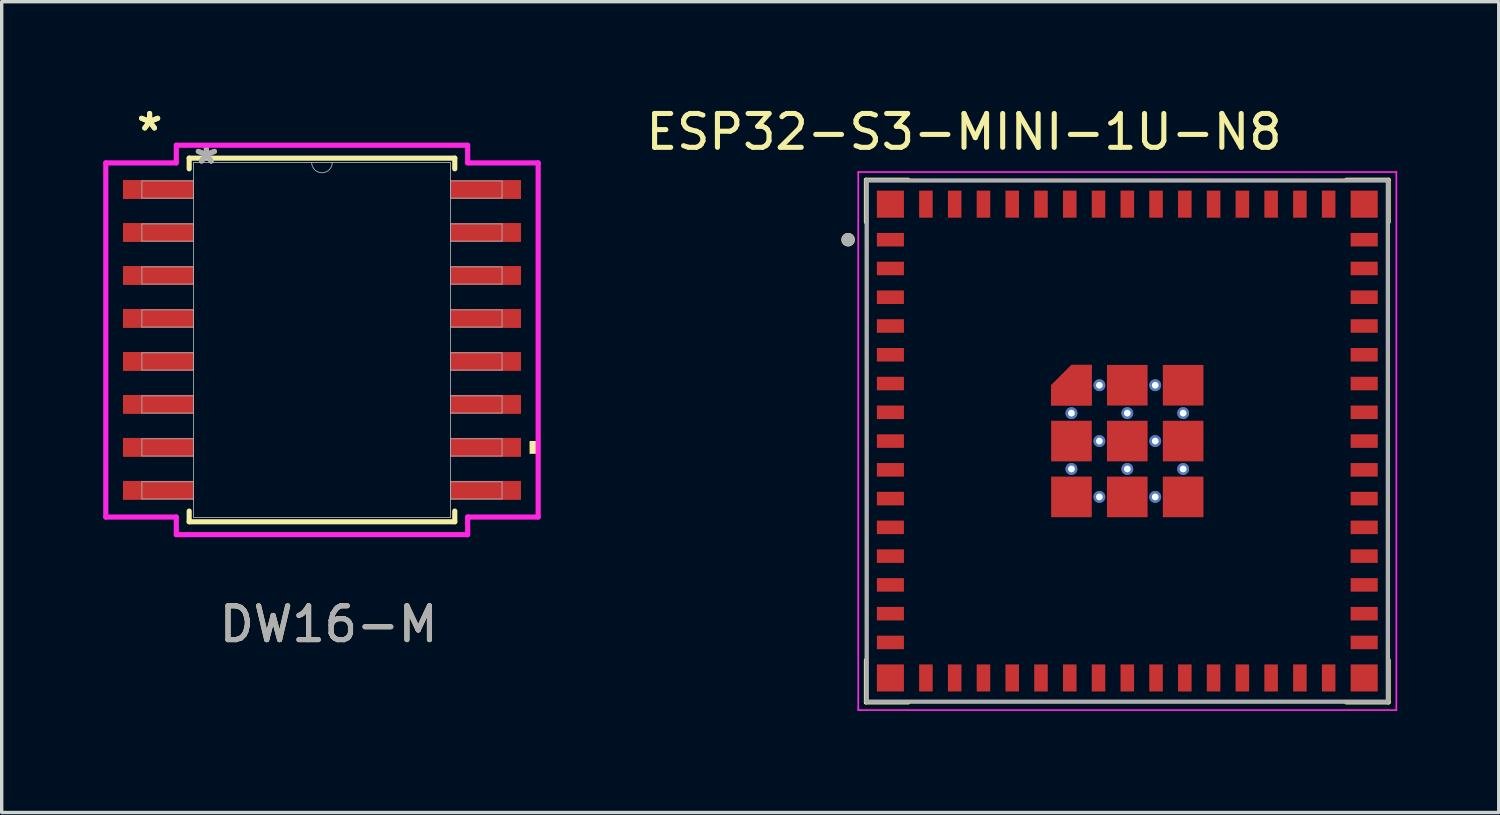
<source format=kicad_pcb>
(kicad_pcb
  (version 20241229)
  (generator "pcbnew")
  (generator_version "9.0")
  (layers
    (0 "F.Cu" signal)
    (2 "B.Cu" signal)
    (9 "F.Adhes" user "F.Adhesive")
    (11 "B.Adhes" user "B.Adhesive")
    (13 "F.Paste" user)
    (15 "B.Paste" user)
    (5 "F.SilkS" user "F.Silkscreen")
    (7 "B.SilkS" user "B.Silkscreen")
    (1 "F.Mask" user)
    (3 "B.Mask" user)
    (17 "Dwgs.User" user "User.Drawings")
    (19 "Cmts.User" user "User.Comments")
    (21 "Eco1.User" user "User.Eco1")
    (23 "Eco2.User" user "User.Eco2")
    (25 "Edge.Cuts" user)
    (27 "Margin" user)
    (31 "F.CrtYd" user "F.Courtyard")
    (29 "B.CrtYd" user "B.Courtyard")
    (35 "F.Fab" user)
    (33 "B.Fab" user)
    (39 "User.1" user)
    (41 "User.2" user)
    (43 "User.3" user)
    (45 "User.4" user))
  (footprint "DW16-M"
    (layer "F.Cu")
    (at 6.464 6.995)
    (property "Reference" "DW16-M" (at 0.2 8.4 0) (unlocked yes) (layer "F.SilkS") (effects (font (size 1 1) (thickness 0.15))))
    (attr smd)
    (fp_line (start -3.924 -5.372) (end -3.924 -5.057) (stroke (width 0.152) (type solid)) (layer "F.SilkS"))
    (fp_line (start -3.924 5.057) (end -3.924 5.372) (stroke (width 0.152) (type solid)) (layer "F.SilkS"))
    (fp_line (start -3.924 5.372) (end 3.924 5.372) (stroke (width 0.152) (type solid)) (layer "F.SilkS"))
    (fp_line (start 3.924 -5.372) (end -3.924 -5.372) (stroke (width 0.152) (type solid)) (layer "F.SilkS"))
    (fp_line (start 3.924 -5.057) (end 3.924 -5.372) (stroke (width 0.152) (type solid)) (layer "F.SilkS"))
    (fp_line (start 3.924 5.372) (end 3.924 5.057) (stroke (width 0.152) (type solid)) (layer "F.SilkS"))
    (fp_poly (pts (xy 6.388 2.985) (xy 6.388 3.365) (xy 6.134 3.365) (xy 6.134 2.985)) (stroke (width 0) (type solid)) (fill yes) (layer "F.SilkS"))
    (fp_line (start -6.388 -5.232) (end -4.305 -5.232) (stroke (width 0.152) (type solid)) (layer "F.CrtYd"))
    (fp_line (start -6.388 5.232) (end -6.388 -5.232) (stroke (width 0.152) (type solid)) (layer "F.CrtYd"))
    (fp_line (start -6.388 5.232) (end -4.305 5.232) (stroke (width 0.152) (type solid)) (layer "F.CrtYd"))
    (fp_line (start -4.305 -5.753) (end 4.305 -5.753) (stroke (width 0.152) (type solid)) (layer "F.CrtYd"))
    (fp_line (start -4.305 -5.232) (end -4.305 -5.753) (stroke (width 0.152) (type solid)) (layer "F.CrtYd"))
    (fp_line (start -4.305 5.753) (end -4.305 5.232) (stroke (width 0.152) (type solid)) (layer "F.CrtYd"))
    (fp_line (start 4.305 -5.753) (end 4.305 -5.232) (stroke (width 0.152) (type solid)) (layer "F.CrtYd"))
    (fp_line (start 4.305 5.232) (end 4.305 5.753) (stroke (width 0.152) (type solid)) (layer "F.CrtYd"))
    (fp_line (start 4.305 5.753) (end -4.305 5.753) (stroke (width 0.152) (type solid)) (layer "F.CrtYd"))
    (fp_line (start 6.388 -5.232) (end 4.305 -5.232) (stroke (width 0.152) (type solid)) (layer "F.CrtYd"))
    (fp_line (start 6.388 -5.232) (end 6.388 5.232) (stroke (width 0.152) (type solid)) (layer "F.CrtYd"))
    (fp_line (start 6.388 5.232) (end 4.305 5.232) (stroke (width 0.152) (type solid)) (layer "F.CrtYd"))
    (fp_line (start -5.321 -4.699) (end -5.321 -4.191) (stroke (width 0.025) (type solid)) (layer "F.Fab"))
    (fp_line (start -5.321 -4.191) (end -3.797 -4.191) (stroke (width 0.025) (type solid)) (layer "F.Fab"))
    (fp_line (start -5.321 -3.429) (end -5.321 -2.921) (stroke (width 0.025) (type solid)) (layer "F.Fab"))
    (fp_line (start -5.321 -2.921) (end -3.797 -2.921) (stroke (width 0.025) (type solid)) (layer "F.Fab"))
    (fp_line (start -5.321 -2.159) (end -5.321 -1.651) (stroke (width 0.025) (type solid)) (layer "F.Fab"))
    (fp_line (start -5.321 -1.651) (end -3.797 -1.651) (stroke (width 0.025) (type solid)) (layer "F.Fab"))
    (fp_line (start -5.321 -0.889) (end -5.321 -0.381) (stroke (width 0.025) (type solid)) (layer "F.Fab"))
    (fp_line (start -5.321 -0.381) (end -3.797 -0.381) (stroke (width 0.025) (type solid)) (layer "F.Fab"))
    (fp_line (start -5.321 0.381) (end -5.321 0.889) (stroke (width 0.025) (type solid)) (layer "F.Fab"))
    (fp_line (start -5.321 0.889) (end -3.797 0.889) (stroke (width 0.025) (type solid)) (layer "F.Fab"))
    (fp_line (start -5.321 1.651) (end -5.321 2.159) (stroke (width 0.025) (type solid)) (layer "F.Fab"))
    (fp_line (start -5.321 2.159) (end -3.797 2.159) (stroke (width 0.025) (type solid)) (layer "F.Fab"))
    (fp_line (start -5.321 2.921) (end -5.321 3.429) (stroke (width 0.025) (type solid)) (layer "F.Fab"))
    (fp_line (start -5.321 3.429) (end -3.797 3.429) (stroke (width 0.025) (type solid)) (layer "F.Fab"))
    (fp_line (start -5.321 4.191) (end -5.321 4.699) (stroke (width 0.025) (type solid)) (layer "F.Fab"))
    (fp_line (start -5.321 4.699) (end -3.797 4.699) (stroke (width 0.025) (type solid)) (layer "F.Fab"))
    (fp_line (start -3.797 -5.245) (end -3.797 5.245) (stroke (width 0.025) (type solid)) (layer "F.Fab"))
    (fp_line (start -3.797 -4.699) (end -5.321 -4.699) (stroke (width 0.025) (type solid)) (layer "F.Fab"))
    (fp_line (start -3.797 -4.191) (end -3.797 -4.699) (stroke (width 0.025) (type solid)) (layer "F.Fab"))
    (fp_line (start -3.797 -3.429) (end -5.321 -3.429) (stroke (width 0.025) (type solid)) (layer "F.Fab"))
    (fp_line (start -3.797 -2.921) (end -3.797 -3.429) (stroke (width 0.025) (type solid)) (layer "F.Fab"))
    (fp_line (start -3.797 -2.159) (end -5.321 -2.159) (stroke (width 0.025) (type solid)) (layer "F.Fab"))
    (fp_line (start -3.797 -1.651) (end -3.797 -2.159) (stroke (width 0.025) (type solid)) (layer "F.Fab"))
    (fp_line (start -3.797 -0.889) (end -5.321 -0.889) (stroke (width 0.025) (type solid)) (layer "F.Fab"))
    (fp_line (start -3.797 -0.381) (end -3.797 -0.889) (stroke (width 0.025) (type solid)) (layer "F.Fab"))
    (fp_line (start -3.797 0.381) (end -5.321 0.381) (stroke (width 0.025) (type solid)) (layer "F.Fab"))
    (fp_line (start -3.797 0.889) (end -3.797 0.381) (stroke (width 0.025) (type solid)) (layer "F.Fab"))
    (fp_line (start -3.797 1.651) (end -5.321 1.651) (stroke (width 0.025) (type solid)) (layer "F.Fab"))
    (fp_line (start -3.797 2.159) (end -3.797 1.651) (stroke (width 0.025) (type solid)) (layer "F.Fab"))
    (fp_line (start -3.797 2.921) (end -5.321 2.921) (stroke (width 0.025) (type solid)) (layer "F.Fab"))
    (fp_line (start -3.797 3.429) (end -3.797 2.921) (stroke (width 0.025) (type solid)) (layer "F.Fab"))
    (fp_line (start -3.797 4.191) (end -5.321 4.191) (stroke (width 0.025) (type solid)) (layer "F.Fab"))
    (fp_line (start -3.797 4.699) (end -3.797 4.191) (stroke (width 0.025) (type solid)) (layer "F.Fab"))
    (fp_line (start -3.797 5.245) (end 3.797 5.245) (stroke (width 0.025) (type solid)) (layer "F.Fab"))
    (fp_line (start 3.797 -5.245) (end -3.797 -5.245) (stroke (width 0.025) (type solid)) (layer "F.Fab"))
    (fp_line (start 3.797 -4.699) (end 3.797 -4.191) (stroke (width 0.025) (type solid)) (layer "F.Fab"))
    (fp_line (start 3.797 -4.191) (end 5.321 -4.191) (stroke (width 0.025) (type solid)) (layer "F.Fab"))
    (fp_line (start 3.797 -3.429) (end 3.797 -2.921) (stroke (width 0.025) (type solid)) (layer "F.Fab"))
    (fp_line (start 3.797 -2.921) (end 5.321 -2.921) (stroke (width 0.025) (type solid)) (layer "F.Fab"))
    (fp_line (start 3.797 -2.159) (end 3.797 -1.651) (stroke (width 0.025) (type solid)) (layer "F.Fab"))
    (fp_line (start 3.797 -1.651) (end 5.321 -1.651) (stroke (width 0.025) (type solid)) (layer "F.Fab"))
    (fp_line (start 3.797 -0.889) (end 3.797 -0.381) (stroke (width 0.025) (type solid)) (layer "F.Fab"))
    (fp_line (start 3.797 -0.381) (end 5.321 -0.381) (stroke (width 0.025) (type solid)) (layer "F.Fab"))
    (fp_line (start 3.797 0.381) (end 3.797 0.889) (stroke (width 0.025) (type solid)) (layer "F.Fab"))
    (fp_line (start 3.797 0.889) (end 5.321 0.889) (stroke (width 0.025) (type solid)) (layer "F.Fab"))
    (fp_line (start 3.797 1.651) (end 3.797 2.159) (stroke (width 0.025) (type solid)) (layer "F.Fab"))
    (fp_line (start 3.797 2.159) (end 5.321 2.159) (stroke (width 0.025) (type solid)) (layer "F.Fab"))
    (fp_line (start 3.797 2.921) (end 3.797 3.429) (stroke (width 0.025) (type solid)) (layer "F.Fab"))
    (fp_line (start 3.797 3.429) (end 5.321 3.429) (stroke (width 0.025) (type solid)) (layer "F.Fab"))
    (fp_line (start 3.797 4.191) (end 3.797 4.699) (stroke (width 0.025) (type solid)) (layer "F.Fab"))
    (fp_line (start 3.797 4.699) (end 5.321 4.699) (stroke (width 0.025) (type solid)) (layer "F.Fab"))
    (fp_line (start 3.797 5.245) (end 3.797 -5.245) (stroke (width 0.025) (type solid)) (layer "F.Fab"))
    (fp_line (start 5.321 -4.699) (end 3.797 -4.699) (stroke (width 0.025) (type solid)) (layer "F.Fab"))
    (fp_line (start 5.321 -4.191) (end 5.321 -4.699) (stroke (width 0.025) (type solid)) (layer "F.Fab"))
    (fp_line (start 5.321 -3.429) (end 3.797 -3.429) (stroke (width 0.025) (type solid)) (layer "F.Fab"))
    (fp_line (start 5.321 -2.921) (end 5.321 -3.429) (stroke (width 0.025) (type solid)) (layer "F.Fab"))
    (fp_line (start 5.321 -2.159) (end 3.797 -2.159) (stroke (width 0.025) (type solid)) (layer "F.Fab"))
    (fp_line (start 5.321 -1.651) (end 5.321 -2.159) (stroke (width 0.025) (type solid)) (layer "F.Fab"))
    (fp_line (start 5.321 -0.889) (end 3.797 -0.889) (stroke (width 0.025) (type solid)) (layer "F.Fab"))
    (fp_line (start 5.321 -0.381) (end 5.321 -0.889) (stroke (width 0.025) (type solid)) (layer "F.Fab"))
    (fp_line (start 5.321 0.381) (end 3.797 0.381) (stroke (width 0.025) (type solid)) (layer "F.Fab"))
    (fp_line (start 5.321 0.889) (end 5.321 0.381) (stroke (width 0.025) (type solid)) (layer "F.Fab"))
    (fp_line (start 5.321 1.651) (end 3.797 1.651) (stroke (width 0.025) (type solid)) (layer "F.Fab"))
    (fp_line (start 5.321 2.159) (end 5.321 1.651) (stroke (width 0.025) (type solid)) (layer "F.Fab"))
    (fp_line (start 5.321 2.921) (end 3.797 2.921) (stroke (width 0.025) (type solid)) (layer "F.Fab"))
    (fp_line (start 5.321 3.429) (end 5.321 2.921) (stroke (width 0.025) (type solid)) (layer "F.Fab"))
    (fp_line (start 5.321 4.191) (end 3.797 4.191) (stroke (width 0.025) (type solid)) (layer "F.Fab"))
    (fp_line (start 5.321 4.699) (end 5.321 4.191) (stroke (width 0.025) (type solid)) (layer "F.Fab"))
    (fp_arc (start 0.3048 -5.2451) (mid 0 -4.9403) (end -0.3048 -5.2451) (stroke (width 0.0254) (type solid)) (layer "F.Fab"))
    (fp_text user "*" (at -5.093 -6.147 0) (layer "F.SilkS") (effects (font (size 1 1) (thickness 0.15))))
    (fp_text user "*" (at -5.093 -6.147 0) (unlocked yes) (layer "F.SilkS") (effects (font (size 1 1) (thickness 0.15))))
    (fp_text user "*" (at -3.416 -5.169 0) (unlocked yes) (layer "F.Fab") (effects (font (size 1 1) (thickness 0.15))))
    (fp_text user "*" (at -3.416 -5.169 0) (layer "F.Fab") (effects (font (size 1 1) (thickness 0.15))))
    (fp_text user "${REFERENCE}" (at 0.2 8.4 0) (unlocked yes) (layer "F.Fab") (effects (font (size 1 1) (thickness 0.15))))
    (pad "1" smd rect (at -4.839 -4.445) (size 2.083 0.559) (layers "F.Cu" "F.Mask" "F.Paste"))
    (pad "2" smd rect (at -4.839 -3.175) (size 2.083 0.559) (layers "F.Cu" "F.Mask" "F.Paste"))
    (pad "3" smd rect (at -4.839 -1.905) (size 2.083 0.559) (layers "F.Cu" "F.Mask" "F.Paste"))
    (pad "4" smd rect (at -4.839 -0.635) (size 2.083 0.559) (layers "F.Cu" "F.Mask" "F.Paste"))
    (pad "5" smd rect (at -4.839 0.635) (size 2.083 0.559) (layers "F.Cu" "F.Mask" "F.Paste"))
    (pad "6" smd rect (at -4.839 1.905) (size 2.083 0.559) (layers "F.Cu" "F.Mask" "F.Paste"))
    (pad "7" smd rect (at -4.839 3.175) (size 2.083 0.559) (layers "F.Cu" "F.Mask" "F.Paste"))
    (pad "8" smd rect (at -4.839 4.445) (size 2.083 0.559) (layers "F.Cu" "F.Mask" "F.Paste"))
    (pad "9" smd rect (at 4.839 4.445) (size 2.083 0.559) (layers "F.Cu" "F.Mask" "F.Paste"))
    (pad "10" smd rect (at 4.839 3.175) (size 2.083 0.559) (layers "F.Cu" "F.Mask" "F.Paste"))
    (pad "11" smd rect (at 4.839 1.905) (size 2.083 0.559) (layers "F.Cu" "F.Mask" "F.Paste"))
    (pad "12" smd rect (at 4.839 0.635) (size 2.083 0.559) (layers "F.Cu" "F.Mask" "F.Paste"))
    (pad "13" smd rect (at 4.839 -0.635) (size 2.083 0.559) (layers "F.Cu" "F.Mask" "F.Paste"))
    (pad "14" smd rect (at 4.839 -1.905) (size 2.083 0.559) (layers "F.Cu" "F.Mask" "F.Paste"))
    (pad "15" smd rect (at 4.839 -3.175) (size 2.083 0.559) (layers "F.Cu" "F.Mask" "F.Paste"))
    (pad "16" smd rect (at 4.839 -4.445) (size 2.083 0.559) (layers "F.Cu" "F.Mask" "F.Paste")))
  (footprint "ESP32-S3-MINI-1U-N8"
    (layer "F.Cu")
    (at 30.26 9.983)
    (property "Reference" "ESP32-S3-MINI-1U-N8" (at -4.825 -9.135 0) (layer "F.SilkS") (effects (font (size 1 1) (thickness 0.15))))
    (attr smd)
    (fp_poly (pts (xy -2.35 -0.95) (xy -0.95 -0.95) (xy -0.95 -2.35) (xy -1.7 -2.35) (xy -2.35 -1.7)) (stroke (width 0.01) (type solid)) (fill yes) (layer "F.Mask"))
    (fp_line (start -7.72 -7.72) (end -6.47 -7.72) (stroke (width 0.127) (type solid)) (layer "F.SilkS"))
    (fp_line (start -7.72 -6.47) (end -7.72 -7.72) (stroke (width 0.127) (type solid)) (layer "F.SilkS"))
    (fp_line (start -7.72 7.72) (end -7.72 6.47) (stroke (width 0.127) (type solid)) (layer "F.SilkS"))
    (fp_line (start -6.47 7.72) (end -7.72 7.72) (stroke (width 0.127) (type solid)) (layer "F.SilkS"))
    (fp_line (start 6.47 -7.72) (end 7.72 -7.72) (stroke (width 0.127) (type solid)) (layer "F.SilkS"))
    (fp_line (start 7.72 -7.72) (end 7.72 -6.47) (stroke (width 0.127) (type solid)) (layer "F.SilkS"))
    (fp_line (start 7.72 6.47) (end 7.72 7.72) (stroke (width 0.127) (type solid)) (layer "F.SilkS"))
    (fp_line (start 7.72 7.72) (end 6.47 7.72) (stroke (width 0.127) (type solid)) (layer "F.SilkS"))
    (fp_circle (center -8.25 -5.95) (end -8.15 -5.95) (stroke (width 0.2) (type solid)) (fill no) (layer "F.SilkS"))
    (fp_poly (pts (xy -2.25 -1.05) (xy -1.05 -1.05) (xy -1.05 -2.25) (xy -1.65 -2.25) (xy -2.25 -1.65)) (stroke (width 0.01) (type solid)) (fill yes) (layer "F.Paste"))
    (fp_line (start -7.95 -7.95) (end -7.95 7.95) (stroke (width 0.05) (type solid)) (layer "F.CrtYd"))
    (fp_line (start -7.95 7.95) (end 7.95 7.95) (stroke (width 0.05) (type solid)) (layer "F.CrtYd"))
    (fp_line (start 7.95 -7.95) (end -7.95 -7.95) (stroke (width 0.05) (type solid)) (layer "F.CrtYd"))
    (fp_line (start 7.95 7.95) (end 7.95 -7.95) (stroke (width 0.05) (type solid)) (layer "F.CrtYd"))
    (fp_line (start -7.7 -7.7) (end 7.7 -7.7) (stroke (width 0.127) (type solid)) (layer "F.Fab"))
    (fp_line (start -7.7 7.7) (end -7.7 -7.7) (stroke (width 0.127) (type solid)) (layer "F.Fab"))
    (fp_line (start 7.7 -7.7) (end 7.7 7.7) (stroke (width 0.127) (type solid)) (layer "F.Fab"))
    (fp_line (start 7.7 7.7) (end -7.7 7.7) (stroke (width 0.127) (type solid)) (layer "F.Fab"))
    (fp_circle (center -8.25 -5.95) (end -8.15 -5.95) (stroke (width 0.2) (type solid)) (fill no) (layer "F.Fab"))
    (pad "1" smd rect (at -7 -5.95) (size 0.8 0.4) (layers "F.Cu" "F.Mask" "F.Paste"))
    (pad "2" smd rect (at -7 -5.1) (size 0.8 0.4) (layers "F.Cu" "F.Mask" "F.Paste"))
    (pad "3" smd rect (at -7 -4.25) (size 0.8 0.4) (layers "F.Cu" "F.Mask" "F.Paste"))
    (pad "4" smd rect (at -7 -3.4) (size 0.8 0.4) (layers "F.Cu" "F.Mask" "F.Paste"))
    (pad "5" smd rect (at -7 -2.55) (size 0.8 0.4) (layers "F.Cu" "F.Mask" "F.Paste"))
    (pad "6" smd rect (at -7 -1.7) (size 0.8 0.4) (layers "F.Cu" "F.Mask" "F.Paste"))
    (pad "7" smd rect (at -7 -0.85) (size 0.8 0.4) (layers "F.Cu" "F.Mask" "F.Paste"))
    (pad "8" smd rect (at -7 0) (size 0.8 0.4) (layers "F.Cu" "F.Mask" "F.Paste"))
    (pad "9" smd rect (at -7 0.85) (size 0.8 0.4) (layers "F.Cu" "F.Mask" "F.Paste"))
    (pad "10" smd rect (at -7 1.7) (size 0.8 0.4) (layers "F.Cu" "F.Mask" "F.Paste"))
    (pad "11" smd rect (at -7 2.55) (size 0.8 0.4) (layers "F.Cu" "F.Mask" "F.Paste"))
    (pad "12" smd rect (at -7 3.4) (size 0.8 0.4) (layers "F.Cu" "F.Mask" "F.Paste"))
    (pad "13" smd rect (at -7 4.25) (size 0.8 0.4) (layers "F.Cu" "F.Mask" "F.Paste"))
    (pad "14" smd rect (at -7 5.1) (size 0.8 0.4) (layers "F.Cu" "F.Mask" "F.Paste"))
    (pad "15" smd rect (at -7 5.95) (size 0.8 0.4) (layers "F.Cu" "F.Mask" "F.Paste"))
    (pad "16" smd rect (at -5.95 7) (size 0.4 0.8) (layers "F.Cu" "F.Mask" "F.Paste"))
    (pad "17" smd rect (at -5.1 7) (size 0.4 0.8) (layers "F.Cu" "F.Mask" "F.Paste"))
    (pad "18" smd rect (at -4.25 7) (size 0.4 0.8) (layers "F.Cu" "F.Mask" "F.Paste"))
    (pad "19" smd rect (at -3.4 7) (size 0.4 0.8) (layers "F.Cu" "F.Mask" "F.Paste"))
    (pad "20" smd rect (at -2.55 7) (size 0.4 0.8) (layers "F.Cu" "F.Mask" "F.Paste"))
    (pad "21" smd rect (at -1.7 7) (size 0.4 0.8) (layers "F.Cu" "F.Mask" "F.Paste"))
    (pad "22" smd rect (at -0.85 7) (size 0.4 0.8) (layers "F.Cu" "F.Mask" "F.Paste"))
    (pad "23" smd rect (at 0 7) (size 0.4 0.8) (layers "F.Cu" "F.Mask" "F.Paste"))
    (pad "24" smd rect (at 0.85 7) (size 0.4 0.8) (layers "F.Cu" "F.Mask" "F.Paste"))
    (pad "25" smd rect (at 1.7 7) (size 0.4 0.8) (layers "F.Cu" "F.Mask" "F.Paste"))
    (pad "26" smd rect (at 2.55 7) (size 0.4 0.8) (layers "F.Cu" "F.Mask" "F.Paste"))
    (pad "27" smd rect (at 3.4 7) (size 0.4 0.8) (layers "F.Cu" "F.Mask" "F.Paste"))
    (pad "28" smd rect (at 4.25 7) (size 0.4 0.8) (layers "F.Cu" "F.Mask" "F.Paste"))
    (pad "29" smd rect (at 5.1 7) (size 0.4 0.8) (layers "F.Cu" "F.Mask" "F.Paste"))
    (pad "30" smd rect (at 5.95 7) (size 0.4 0.8) (layers "F.Cu" "F.Mask" "F.Paste"))
    (pad "31" smd rect (at 7 5.95) (size 0.8 0.4) (layers "F.Cu" "F.Mask" "F.Paste"))
    (pad "32" smd rect (at 7 5.1) (size 0.8 0.4) (layers "F.Cu" "F.Mask" "F.Paste"))
    (pad "33" smd rect (at 7 4.25) (size 0.8 0.4) (layers "F.Cu" "F.Mask" "F.Paste"))
    (pad "34" smd rect (at 7 3.4) (size 0.8 0.4) (layers "F.Cu" "F.Mask" "F.Paste"))
    (pad "35" smd rect (at 7 2.55) (size 0.8 0.4) (layers "F.Cu" "F.Mask" "F.Paste"))
    (pad "36" smd rect (at 7 1.7) (size 0.8 0.4) (layers "F.Cu" "F.Mask" "F.Paste"))
    (pad "37" smd rect (at 7 0.85) (size 0.8 0.4) (layers "F.Cu" "F.Mask" "F.Paste"))
    (pad "38" smd rect (at 7 0) (size 0.8 0.4) (layers "F.Cu" "F.Mask" "F.Paste"))
    (pad "39" smd rect (at 7 -0.85) (size 0.8 0.4) (layers "F.Cu" "F.Mask" "F.Paste"))
    (pad "40" smd rect (at 7 -1.7) (size 0.8 0.4) (layers "F.Cu" "F.Mask" "F.Paste"))
    (pad "41" smd rect (at 7 -2.55) (size 0.8 0.4) (layers "F.Cu" "F.Mask" "F.Paste"))
    (pad "42" smd rect (at 7 -3.4) (size 0.8 0.4) (layers "F.Cu" "F.Mask" "F.Paste"))
    (pad "43" smd rect (at 7 -4.25) (size 0.8 0.4) (layers "F.Cu" "F.Mask" "F.Paste"))
    (pad "44" smd rect (at 7 -5.1) (size 0.8 0.4) (layers "F.Cu" "F.Mask" "F.Paste"))
    (pad "45" smd rect (at 7 -5.95) (size 0.8 0.4) (layers "F.Cu" "F.Mask" "F.Paste"))
    (pad "46" smd rect (at 5.95 -7) (size 0.4 0.8) (layers "F.Cu" "F.Mask" "F.Paste"))
    (pad "47" smd rect (at 5.1 -7) (size 0.4 0.8) (layers "F.Cu" "F.Mask" "F.Paste"))
    (pad "48" smd rect (at 4.25 -7) (size 0.4 0.8) (layers "F.Cu" "F.Mask" "F.Paste"))
    (pad "49" smd rect (at 3.4 -7) (size 0.4 0.8) (layers "F.Cu" "F.Mask" "F.Paste"))
    (pad "50" smd rect (at 2.55 -7) (size 0.4 0.8) (layers "F.Cu" "F.Mask" "F.Paste"))
    (pad "51" smd rect (at 1.7 -7) (size 0.4 0.8) (layers "F.Cu" "F.Mask" "F.Paste"))
    (pad "52" smd rect (at 0.85 -7) (size 0.4 0.8) (layers "F.Cu" "F.Mask" "F.Paste"))
    (pad "53" smd rect (at 0 -7) (size 0.4 0.8) (layers "F.Cu" "F.Mask" "F.Paste"))
    (pad "54" smd rect (at -0.85 -7) (size 0.4 0.8) (layers "F.Cu" "F.Mask" "F.Paste"))
    (pad "55" smd rect (at -1.7 -7) (size 0.4 0.8) (layers "F.Cu" "F.Mask" "F.Paste"))
    (pad "56" smd rect (at -2.55 -7) (size 0.4 0.8) (layers "F.Cu" "F.Mask" "F.Paste"))
    (pad "57" smd rect (at -3.4 -7) (size 0.4 0.8) (layers "F.Cu" "F.Mask" "F.Paste"))
    (pad "58" smd rect (at -4.25 -7) (size 0.4 0.8) (layers "F.Cu" "F.Mask" "F.Paste"))
    (pad "59" smd rect (at -5.1 -7) (size 0.4 0.8) (layers "F.Cu" "F.Mask" "F.Paste"))
    (pad "60" smd rect (at -5.95 -7) (size 0.4 0.8) (layers "F.Cu" "F.Mask" "F.Paste"))
    (pad "61_1" smd custom (at -1.65 -1.65) (size 0.4 0.4) (layers "F.Cu") (options (anchor rect)) (primitives (gr_poly (pts (xy -0.6 0.6) (xy 0.6 0.6) (xy 0.6 -0.6) (xy 0 -0.6) (xy -0.6 0)) (width 0.01) (fill yes))))
    (pad "61_2" smd rect (at 0 -1.65) (size 1.2 1.2) (layers "F.Cu" "F.Mask" "F.Paste"))
    (pad "61_3" smd rect (at 1.65 -1.65) (size 1.2 1.2) (layers "F.Cu" "F.Mask" "F.Paste"))
    (pad "61_4" smd rect (at -1.65 0) (size 1.2 1.2) (layers "F.Cu" "F.Mask" "F.Paste"))
    (pad "61_5" smd rect (at 0 0) (size 1.2 1.2) (layers "F.Cu" "F.Mask" "F.Paste"))
    (pad "61_6" smd rect (at 1.65 0) (size 1.2 1.2) (layers "F.Cu" "F.Mask" "F.Paste"))
    (pad "61_7" smd rect (at -1.65 1.65) (size 1.2 1.2) (layers "F.Cu" "F.Mask" "F.Paste"))
    (pad "61_8" smd rect (at 0 1.65) (size 1.2 1.2) (layers "F.Cu" "F.Mask" "F.Paste"))
    (pad "61_9" smd rect (at 1.65 1.65) (size 1.2 1.2) (layers "F.Cu" "F.Mask" "F.Paste"))
    (pad "62" smd rect (at -7 -7) (size 0.8 0.8) (layers "F.Cu" "F.Mask" "F.Paste"))
    (pad "63" smd rect (at -7 7) (size 0.8 0.8) (layers "F.Cu" "F.Mask" "F.Paste"))
    (pad "64" smd rect (at 7 7) (size 0.8 0.8) (layers "F.Cu" "F.Mask" "F.Paste"))
    (pad "65" smd rect (at 7 -7) (size 0.8 0.8) (layers "F.Cu" "F.Mask" "F.Paste"))
    (pad "66_1" thru_hole circle (at -0.825 -1.65) (size 0.35 0.35) (drill 0.2) (layers "*.Cu"))
    (pad "66_2" thru_hole circle (at 0.825 -1.65) (size 0.35 0.35) (drill 0.2) (layers "*.Cu"))
    (pad "66_3" thru_hole circle (at -1.65 -0.825) (size 0.35 0.35) (drill 0.2) (layers "*.Cu"))
    (pad "66_4" thru_hole circle (at 0 -0.825) (size 0.35 0.35) (drill 0.2) (layers "*.Cu"))
    (pad "66_5" thru_hole circle (at 1.65 -0.825) (size 0.35 0.35) (drill 0.2) (layers "*.Cu"))
    (pad "66_6" thru_hole circle (at -0.825 0) (size 0.35 0.35) (drill 0.2) (layers "*.Cu"))
    (pad "66_7" thru_hole circle (at 0.825 0) (size 0.35 0.35) (drill 0.2) (layers "*.Cu"))
    (pad "66_8" thru_hole circle (at -1.65 0.825) (size 0.35 0.35) (drill 0.2) (layers "*.Cu"))
    (pad "66_9" thru_hole circle (at 0 0.825) (size 0.35 0.35) (drill 0.2) (layers "*.Cu"))
    (pad "66_10" thru_hole circle (at 1.65 0.825) (size 0.35 0.35) (drill 0.2) (layers "*.Cu"))
    (pad "66_11" thru_hole circle (at -0.825 1.65) (size 0.35 0.35) (drill 0.2) (layers "*.Cu"))
    (pad "66_12" thru_hole circle (at 0.825 1.65) (size 0.35 0.35) (drill 0.2) (layers "*.Cu")))
  (gr_rect
    (start -3 -3)
    (end 41.235 20.958)
    (stroke (width 0.1) (type default))
    (fill no)
    (layer "Edge.Cuts")))
</source>
